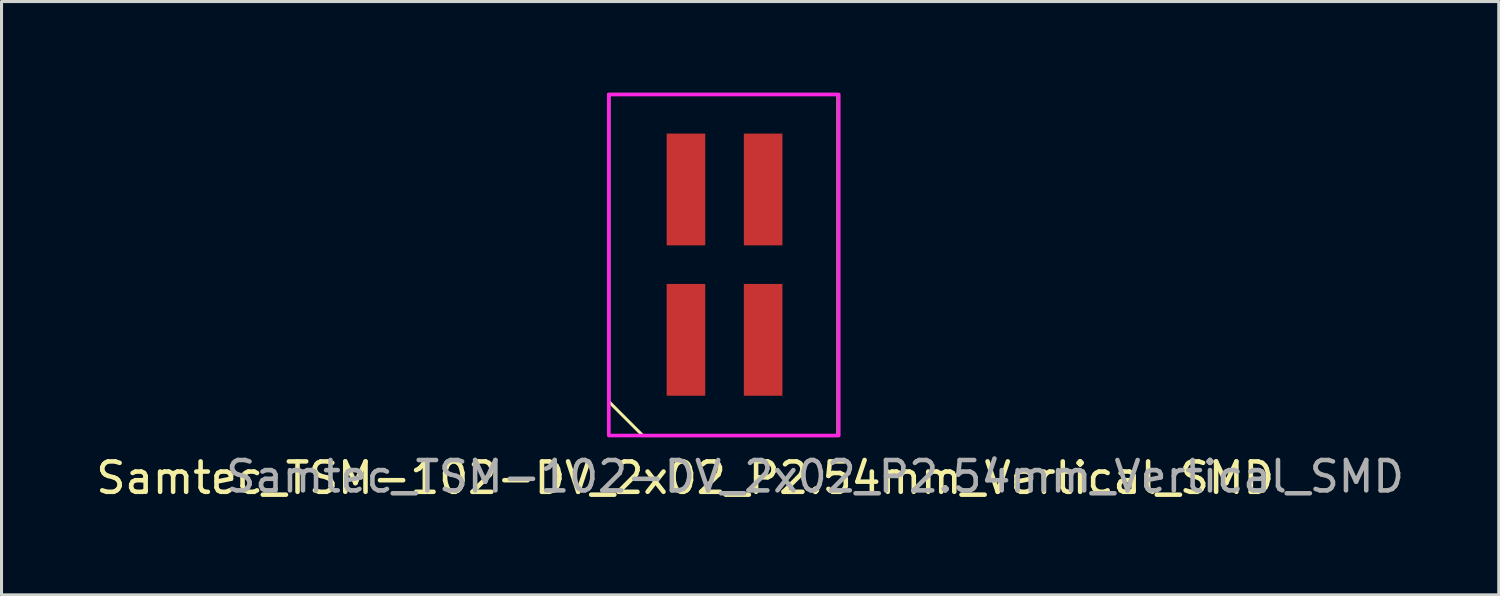
<source format=kicad_pcb>
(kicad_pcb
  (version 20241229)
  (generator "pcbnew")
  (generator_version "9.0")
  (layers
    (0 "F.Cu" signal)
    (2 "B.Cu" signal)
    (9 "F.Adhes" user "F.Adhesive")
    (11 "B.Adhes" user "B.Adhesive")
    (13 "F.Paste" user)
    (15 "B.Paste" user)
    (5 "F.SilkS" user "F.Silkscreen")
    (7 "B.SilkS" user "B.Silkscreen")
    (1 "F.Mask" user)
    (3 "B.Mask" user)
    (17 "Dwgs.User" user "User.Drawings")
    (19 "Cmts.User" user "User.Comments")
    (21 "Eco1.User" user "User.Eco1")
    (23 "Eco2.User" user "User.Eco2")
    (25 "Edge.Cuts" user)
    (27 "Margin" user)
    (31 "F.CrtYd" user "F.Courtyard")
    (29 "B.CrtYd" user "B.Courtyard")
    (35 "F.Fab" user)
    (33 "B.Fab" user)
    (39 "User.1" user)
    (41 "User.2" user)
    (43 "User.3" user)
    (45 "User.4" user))
  (footprint "Samtec_TSM-102-DV_2x02_P2.54mm_Vertical_SMD"
    (layer "F.Cu")
    (at 19.531 8.137)
    (property "Reference" "Samtec_TSM-102-DV_2x02_P2.54mm_Vertical_SMD" (at -0.025 4.547 0) (layer "F.SilkS") (effects (font (size 1 1) (thickness 0.15))))
    (attr smd)
    (fp_line (start -2.54 -8.077) (end 5.004 -8.077) (stroke (width 0.1) (type solid)) (layer "F.SilkS"))
    (fp_line (start -2.54 2.032) (end -2.54 -8.077) (stroke (width 0.1) (type solid)) (layer "F.SilkS"))
    (fp_line (start -2.54 2.032) (end -1.422 3.15) (stroke (width 0.1) (type solid)) (layer "F.SilkS"))
    (fp_line (start -1.422 3.15) (end 5.004 3.15) (stroke (width 0.1) (type solid)) (layer "F.SilkS"))
    (fp_line (start 5.004 -8.077) (end 5.004 3.15) (stroke (width 0.1) (type solid)) (layer "F.SilkS"))
    (fp_rect (start -2.54 -8.077) (end 5.029 3.15) (stroke (width 0.12) (type solid)) (fill no) (layer "F.CrtYd"))
    (fp_text user "${REFERENCE}" (at 4.25 4.5 0) (layer "F.Fab") (effects (font (size 1 1) (thickness 0.15))))
    (pad "1" smd rect (at 0 0) (size 1.27 3.68) (layers "F.Cu" "F.Mask" "F.Paste"))
    (pad "2" smd rect (at 0 -4.95) (size 1.27 3.68) (layers "F.Cu" "F.Mask" "F.Paste"))
    (pad "3" smd rect (at 2.54 0) (size 1.27 3.68) (layers "F.Cu" "F.Mask" "F.Paste"))
    (pad "4" smd rect (at 2.54 -4.95) (size 1.27 3.68) (layers "F.Cu" "F.Mask" "F.Paste")))
  (gr_rect
    (start -3 -3)
    (end 46.287 16.532)
    (stroke (width 0.1) (type default))
    (fill no)
    (layer "Edge.Cuts")))
</source>
